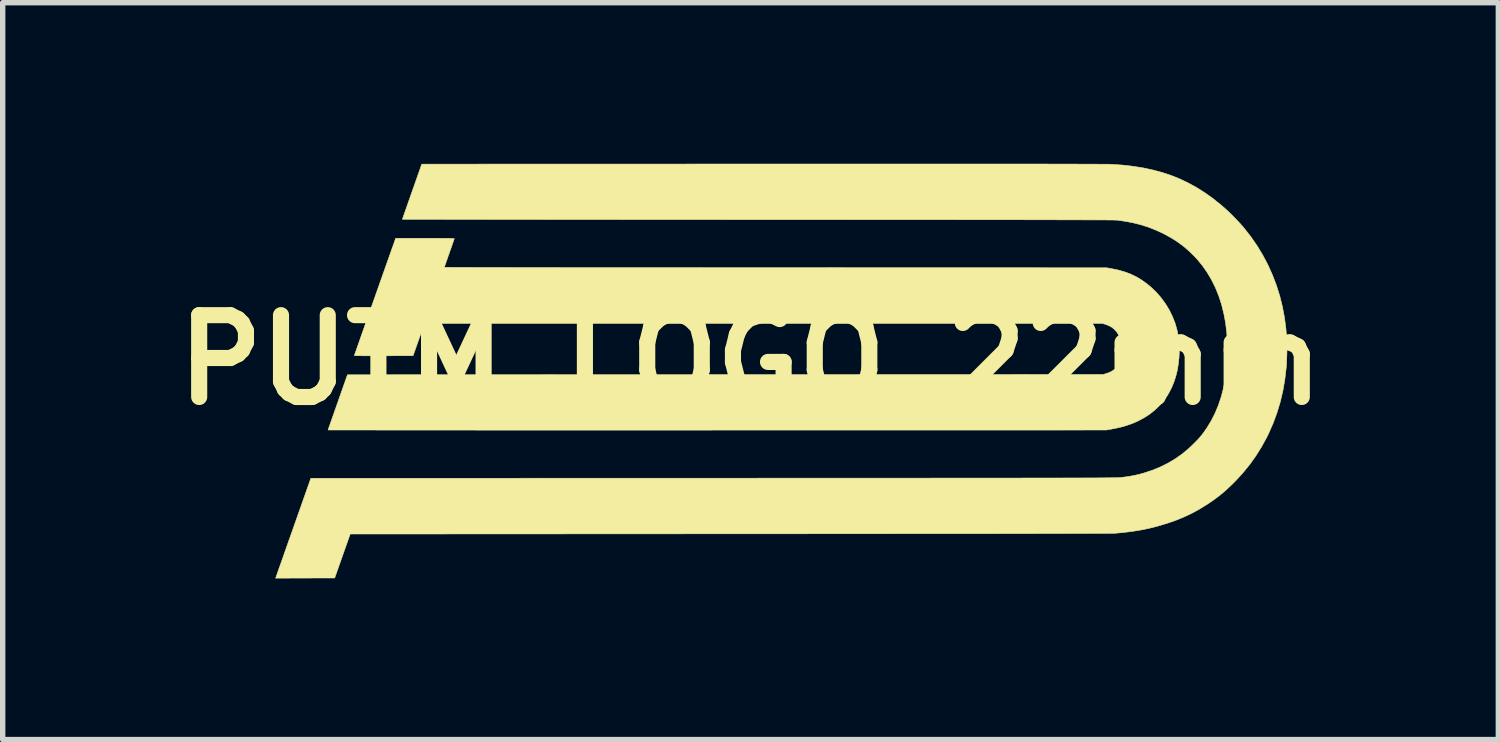
<source format=kicad_pcb>
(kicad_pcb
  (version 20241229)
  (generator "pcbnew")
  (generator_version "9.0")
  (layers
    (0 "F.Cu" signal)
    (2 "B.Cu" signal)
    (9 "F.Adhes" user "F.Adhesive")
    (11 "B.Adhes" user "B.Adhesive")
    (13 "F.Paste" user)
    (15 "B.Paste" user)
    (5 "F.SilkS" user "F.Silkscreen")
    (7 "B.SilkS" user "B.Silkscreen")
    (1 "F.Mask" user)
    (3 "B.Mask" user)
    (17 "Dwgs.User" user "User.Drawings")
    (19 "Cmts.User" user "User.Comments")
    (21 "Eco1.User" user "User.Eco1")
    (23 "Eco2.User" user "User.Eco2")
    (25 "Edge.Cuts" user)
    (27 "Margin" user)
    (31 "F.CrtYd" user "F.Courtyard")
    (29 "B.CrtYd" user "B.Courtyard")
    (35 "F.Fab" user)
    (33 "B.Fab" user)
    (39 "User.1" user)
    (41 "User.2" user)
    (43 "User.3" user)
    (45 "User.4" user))
  (footprint "PUTM_LOGO_22mm"
    (layer "F.Cu")
    (at 10.929 3.655)
    (property "Reference" "PUTM_LOGO_22mm" (at 0 0 0) (layer "F.SilkS") (effects (font (size 1.524 1.524) (thickness 0.3))))
    (attr through_hole)
    (fp_poly (pts (xy -5.961 -2.267) (xy -5.87 -2.267) (xy -5.79 -2.266) (xy -5.722 -2.266) (xy -5.665 -2.266) (xy -5.618 -2.265) (xy -5.581 -2.264) (xy -5.552 -2.263) (xy -5.533 -2.262) (xy -5.522 -2.261) (xy -5.518 -2.26) (xy -5.52 -2.252) (xy -5.526 -2.234) (xy -5.535 -2.207) (xy -5.548 -2.171) (xy -5.562 -2.129) (xy -5.579 -2.08) (xy -5.598 -2.028) (xy -5.61 -1.991) (xy -5.63 -1.937) (xy -5.647 -1.886) (xy -5.664 -1.839) (xy -5.677 -1.799) (xy -5.689 -1.767) (xy -5.697 -1.743) (xy -5.701 -1.729) (xy -5.702 -1.726) (xy -5.696 -1.725) (xy -5.677 -1.725) (xy -5.646 -1.725) (xy -5.604 -1.725) (xy -5.549 -1.725) (xy -5.484 -1.724) (xy -5.407 -1.724) (xy -5.319 -1.724) (xy -5.221 -1.724) (xy -5.113 -1.723) (xy -4.994 -1.723) (xy -4.866 -1.723) (xy -4.729 -1.723) (xy -4.582 -1.723) (xy -4.427 -1.722) (xy -4.263 -1.722) (xy -4.091 -1.722) (xy -3.91 -1.722) (xy -3.722 -1.722) (xy -3.526 -1.721) (xy -3.323 -1.721) (xy -3.113 -1.721) (xy -2.896 -1.721) (xy -2.673 -1.721) (xy -2.444 -1.72) (xy -2.209 -1.72) (xy -1.968 -1.72) (xy -1.722 -1.72) (xy -1.471 -1.72) (xy -1.215 -1.72) (xy -0.954 -1.72) (xy -0.69 -1.719) (xy -0.421 -1.719) (xy -0.149 -1.719) (xy 0.127 -1.719) (xy 0.406 -1.719) (xy 0.465 -1.719) (xy 6.633 -1.717) (xy 6.713 -1.703) (xy 6.843 -1.677) (xy 6.964 -1.643) (xy 7.077 -1.601) (xy 7.184 -1.55) (xy 7.286 -1.489) (xy 7.386 -1.417) (xy 7.468 -1.349) (xy 7.564 -1.256) (xy 7.652 -1.154) (xy 7.732 -1.044) (xy 7.802 -0.928) (xy 7.861 -0.807) (xy 7.91 -0.682) (xy 7.946 -0.556) (xy 7.971 -0.425) (xy 7.985 -0.289) (xy 7.987 -0.151) (xy 7.983 -0.052) (xy 7.969 0.077) (xy 7.949 0.197) (xy 7.921 0.309) (xy 7.886 0.415) (xy 7.844 0.516) (xy 7.842 0.52) (xy 7.802 0.598) (xy 7.762 0.667) (xy 7.719 0.73) (xy 7.672 0.79) (xy 7.618 0.849) (xy 7.611 0.856) (xy 7.526 0.937) (xy 7.438 1.007) (xy 7.342 1.07) (xy 7.237 1.127) (xy 7.236 1.128) (xy 7.155 1.165) (xy 7.074 1.197) (xy 6.991 1.225) (xy 6.902 1.25) (xy 6.805 1.272) (xy 6.706 1.291) (xy 6.626 1.305) (xy -0.621 1.306) (xy -0.924 1.307) (xy -1.224 1.307) (xy -1.521 1.307) (xy -1.814 1.307) (xy -2.103 1.307) (xy -2.389 1.307) (xy -2.67 1.307) (xy -2.946 1.307) (xy -3.218 1.307) (xy -3.484 1.307) (xy -3.745 1.307) (xy -4.001 1.307) (xy -4.25 1.307) (xy -4.494 1.307) (xy -4.731 1.307) (xy -4.962 1.307) (xy -5.186 1.306) (xy -5.402 1.306) (xy -5.612 1.306) (xy -5.813 1.306) (xy -6.007 1.306) (xy -6.193 1.306) (xy -6.371 1.306) (xy -6.539 1.306) (xy -6.699 1.306) (xy -6.85 1.306) (xy -6.992 1.305) (xy -7.123 1.305) (xy -7.245 1.305) (xy -7.357 1.305) (xy -7.459 1.305) (xy -7.55 1.305) (xy -7.63 1.304) (xy -7.699 1.304) (xy -7.756 1.304) (xy -7.802 1.304) (xy -7.836 1.304) (xy -7.858 1.304) (xy -7.867 1.303) (xy -7.868 1.303) (xy -7.866 1.297) (xy -7.86 1.279) (xy -7.85 1.251) (xy -7.837 1.214) (xy -7.821 1.168) (xy -7.802 1.115) (xy -7.781 1.055) (xy -7.758 0.989) (xy -7.733 0.918) (xy -7.707 0.844) (xy -7.687 0.787) (xy -7.507 0.276) (xy 6.569 0.27) (xy 6.617 0.256) (xy 6.687 0.232) (xy 6.747 0.2) (xy 6.797 0.162) (xy 6.838 0.115) (xy 6.87 0.061) (xy 6.893 -0.002) (xy 6.908 -0.073) (xy 6.914 -0.154) (xy 6.913 -0.222) (xy 6.905 -0.309) (xy 6.887 -0.387) (xy 6.861 -0.457) (xy 6.826 -0.517) (xy 6.781 -0.568) (xy 6.728 -0.611) (xy 6.665 -0.644) (xy 6.598 -0.668) (xy 6.544 -0.683) (xy -6.072 -0.683) (xy -6.285 -0.079) (xy -6.832 -0.078) (xy -6.931 -0.078) (xy -7.022 -0.077) (xy -7.103 -0.078) (xy -7.175 -0.078) (xy -7.237 -0.078) (xy -7.288 -0.079) (xy -7.328 -0.079) (xy -7.357 -0.08) (xy -7.374 -0.081) (xy -7.379 -0.082) (xy -7.377 -0.089) (xy -7.371 -0.107) (xy -7.361 -0.135) (xy -7.347 -0.174) (xy -7.33 -0.222) (xy -7.31 -0.28) (xy -7.287 -0.345) (xy -7.261 -0.419) (xy -7.233 -0.499) (xy -7.202 -0.586) (xy -7.17 -0.679) (xy -7.135 -0.777) (xy -7.099 -0.88) (xy -7.061 -0.987) (xy -7.022 -1.098) (xy -7.003 -1.151) (xy -6.964 -1.263) (xy -6.925 -1.372) (xy -6.888 -1.478) (xy -6.852 -1.579) (xy -6.818 -1.676) (xy -6.786 -1.767) (xy -6.756 -1.852) (xy -6.728 -1.93) (xy -6.703 -2.001) (xy -6.681 -2.064) (xy -6.661 -2.119) (xy -6.645 -2.164) (xy -6.633 -2.199) (xy -6.624 -2.224) (xy -6.619 -2.238) (xy -6.619 -2.24) (xy -6.609 -2.267) (xy -6.064 -2.267) (xy -5.961 -2.267)) (stroke (width 0.01) (type solid)) (fill yes) (layer "F.SilkS"))
    (fp_poly (pts (xy 3.161 -3.65) (xy 3.428 -3.65) (xy 3.683 -3.65) (xy 3.928 -3.65) (xy 4.161 -3.65) (xy 4.383 -3.65) (xy 4.594 -3.65) (xy 4.794 -3.65) (xy 4.984 -3.65) (xy 5.163 -3.65) (xy 5.331 -3.65) (xy 5.489 -3.65) (xy 5.637 -3.649) (xy 5.775 -3.649) (xy 5.903 -3.649) (xy 6.02 -3.649) (xy 6.129 -3.648) (xy 6.227 -3.648) (xy 6.316 -3.648) (xy 6.396 -3.648) (xy 6.467 -3.647) (xy 6.528 -3.647) (xy 6.58 -3.647) (xy 6.624 -3.646) (xy 6.659 -3.646) (xy 6.685 -3.646) (xy 6.703 -3.645) (xy 6.709 -3.645) (xy 6.918 -3.631) (xy 7.117 -3.609) (xy 7.308 -3.579) (xy 7.491 -3.54) (xy 7.666 -3.493) (xy 7.836 -3.437) (xy 7.999 -3.371) (xy 8.158 -3.295) (xy 8.312 -3.21) (xy 8.463 -3.115) (xy 8.612 -3.009) (xy 8.758 -2.892) (xy 8.842 -2.819) (xy 8.884 -2.781) (xy 8.931 -2.736) (xy 8.982 -2.686) (xy 9.033 -2.633) (xy 9.083 -2.581) (xy 9.129 -2.531) (xy 9.17 -2.485) (xy 9.188 -2.464) (xy 9.317 -2.3) (xy 9.435 -2.13) (xy 9.542 -1.953) (xy 9.638 -1.771) (xy 9.722 -1.584) (xy 9.796 -1.391) (xy 9.858 -1.194) (xy 9.908 -0.993) (xy 9.947 -0.787) (xy 9.974 -0.578) (xy 9.99 -0.366) (xy 9.993 -0.151) (xy 9.985 0.067) (xy 9.979 0.144) (xy 9.954 0.359) (xy 9.918 0.569) (xy 9.87 0.774) (xy 9.81 0.974) (xy 9.739 1.169) (xy 9.656 1.359) (xy 9.614 1.445) (xy 9.519 1.618) (xy 9.416 1.783) (xy 9.304 1.941) (xy 9.181 2.092) (xy 9.048 2.239) (xy 8.994 2.294) (xy 8.918 2.367) (xy 8.846 2.433) (xy 8.776 2.493) (xy 8.705 2.549) (xy 8.63 2.605) (xy 8.547 2.662) (xy 8.525 2.677) (xy 8.379 2.768) (xy 8.234 2.849) (xy 8.087 2.919) (xy 7.934 2.982) (xy 7.804 3.028) (xy 7.7 3.061) (xy 7.602 3.09) (xy 7.507 3.116) (xy 7.414 3.138) (xy 7.321 3.158) (xy 7.225 3.175) (xy 7.124 3.191) (xy 7.017 3.205) (xy 6.9 3.218) (xy 6.804 3.227) (xy 6.797 3.227) (xy 6.784 3.228) (xy 6.765 3.228) (xy 6.741 3.229) (xy 6.71 3.229) (xy 6.674 3.229) (xy 6.63 3.23) (xy 6.581 3.23) (xy 6.524 3.23) (xy 6.46 3.231) (xy 6.39 3.231) (xy 6.312 3.231) (xy 6.226 3.232) (xy 6.133 3.232) (xy 6.032 3.232) (xy 5.924 3.232) (xy 5.806 3.233) (xy 5.681 3.233) (xy 5.547 3.233) (xy 5.405 3.233) (xy 5.253 3.234) (xy 5.093 3.234) (xy 4.923 3.234) (xy 4.744 3.234) (xy 4.555 3.235) (xy 4.357 3.235) (xy 4.149 3.235) (xy 3.931 3.235) (xy 3.702 3.236) (xy 3.463 3.236) (xy 3.214 3.236) (xy 2.954 3.236) (xy 2.682 3.236) (xy 2.4 3.237) (xy 2.107 3.237) (xy 1.802 3.237) (xy 1.485 3.237) (xy 1.157 3.237) (xy 0.816 3.238) (xy 0.464 3.238) (xy 0.099 3.238) (xy -0.279 3.238) (xy -0.367 3.238) (xy -7.456 3.242) (xy -7.745 4.061) (xy -8.295 4.062) (xy -8.845 4.064) (xy -8.821 3.996) (xy -8.816 3.982) (xy -8.807 3.956) (xy -8.795 3.921) (xy -8.779 3.875) (xy -8.759 3.821) (xy -8.737 3.758) (xy -8.712 3.688) (xy -8.685 3.61) (xy -8.656 3.527) (xy -8.625 3.439) (xy -8.592 3.346) (xy -8.558 3.249) (xy -8.522 3.149) (xy -8.493 3.066) (xy -8.189 2.204) (xy -0.695 2.202) (xy -0.323 2.202) (xy 0.037 2.202) (xy 0.384 2.201) (xy 0.72 2.201) (xy 1.043 2.201) (xy 1.356 2.201) (xy 1.656 2.201) (xy 1.946 2.201) (xy 2.224 2.201) (xy 2.492 2.201) (xy 2.749 2.201) (xy 2.996 2.201) (xy 3.233 2.201) (xy 3.459 2.2) (xy 3.676 2.2) (xy 3.884 2.2) (xy 4.083 2.2) (xy 4.272 2.2) (xy 4.452 2.2) (xy 4.624 2.2) (xy 4.788 2.2) (xy 4.943 2.2) (xy 5.091 2.199) (xy 5.23 2.199) (xy 5.362 2.199) (xy 5.487 2.199) (xy 5.605 2.199) (xy 5.716 2.199) (xy 5.82 2.198) (xy 5.917 2.198) (xy 6.009 2.198) (xy 6.094 2.198) (xy 6.174 2.198) (xy 6.248 2.197) (xy 6.316 2.197) (xy 6.38 2.197) (xy 6.438 2.197) (xy 6.492 2.196) (xy 6.541 2.196) (xy 6.586 2.196) (xy 6.627 2.195) (xy 6.664 2.195) (xy 6.698 2.195) (xy 6.727 2.194) (xy 6.754 2.194) (xy 6.778 2.194) (xy 6.799 2.193) (xy 6.817 2.193) (xy 6.833 2.192) (xy 6.846 2.192) (xy 6.858 2.191) (xy 6.868 2.191) (xy 6.877 2.19) (xy 6.884 2.19) (xy 6.89 2.189) (xy 6.896 2.189) (xy 6.896 2.189) (xy 6.995 2.177) (xy 7.084 2.163) (xy 7.166 2.147) (xy 7.245 2.129) (xy 7.323 2.107) (xy 7.334 2.104) (xy 7.493 2.051) (xy 7.643 1.989) (xy 7.784 1.918) (xy 7.918 1.838) (xy 8.045 1.748) (xy 8.166 1.647) (xy 8.252 1.565) (xy 8.301 1.516) (xy 8.342 1.473) (xy 8.378 1.432) (xy 8.411 1.391) (xy 8.444 1.347) (xy 8.478 1.298) (xy 8.502 1.264) (xy 8.583 1.131) (xy 8.655 0.989) (xy 8.717 0.84) (xy 8.769 0.683) (xy 8.812 0.518) (xy 8.845 0.346) (xy 8.868 0.167) (xy 8.882 -0.02) (xy 8.885 -0.213) (xy 8.883 -0.327) (xy 8.871 -0.513) (xy 8.849 -0.694) (xy 8.816 -0.867) (xy 8.774 -1.035) (xy 8.722 -1.195) (xy 8.66 -1.348) (xy 8.588 -1.493) (xy 8.506 -1.631) (xy 8.415 -1.761) (xy 8.315 -1.882) (xy 8.265 -1.936) (xy 8.162 -2.035) (xy 8.057 -2.125) (xy 7.945 -2.206) (xy 7.826 -2.281) (xy 7.697 -2.351) (xy 7.674 -2.363) (xy 7.543 -2.422) (xy 7.412 -2.474) (xy 7.277 -2.517) (xy 7.138 -2.552) (xy 6.991 -2.581) (xy 6.835 -2.604) (xy 6.829 -2.605) (xy 6.823 -2.605) (xy 6.812 -2.605) (xy 6.795 -2.606) (xy 6.772 -2.606) (xy 6.743 -2.607) (xy 6.708 -2.607) (xy 6.667 -2.607) (xy 6.619 -2.608) (xy 6.565 -2.608) (xy 6.504 -2.608) (xy 6.435 -2.609) (xy 6.36 -2.609) (xy 6.277 -2.609) (xy 6.187 -2.609) (xy 6.089 -2.61) (xy 5.983 -2.61) (xy 5.869 -2.61) (xy 5.747 -2.61) (xy 5.616 -2.611) (xy 5.476 -2.611) (xy 5.328 -2.611) (xy 5.17 -2.611) (xy 5.004 -2.612) (xy 4.828 -2.612) (xy 4.642 -2.612) (xy 4.447 -2.612) (xy 4.242 -2.612) (xy 4.027 -2.612) (xy 3.801 -2.613) (xy 3.565 -2.613) (xy 3.318 -2.613) (xy 3.061 -2.613) (xy 2.792 -2.613) (xy 2.512 -2.613) (xy 2.221 -2.613) (xy 1.919 -2.614) (xy 1.604 -2.614) (xy 1.278 -2.614) (xy 0.939 -2.614) (xy 0.588 -2.614) (xy 0.225 -2.614) (xy 0.141 -2.614) (xy -0.149 -2.614) (xy -0.435 -2.614) (xy -0.719 -2.615) (xy -0.998 -2.615) (xy -1.274 -2.615) (xy -1.546 -2.615) (xy -1.813 -2.615) (xy -2.076 -2.615) (xy -2.334 -2.615) (xy -2.586 -2.616) (xy -2.833 -2.616) (xy -3.075 -2.616) (xy -3.31 -2.616) (xy -3.539 -2.616) (xy -3.762 -2.616) (xy -3.978 -2.617) (xy -4.187 -2.617) (xy -4.388 -2.617) (xy -4.582 -2.617) (xy -4.769 -2.617) (xy -4.947 -2.618) (xy -5.116 -2.618) (xy -5.278 -2.618) (xy -5.43 -2.618) (xy -5.573 -2.618) (xy -5.707 -2.619) (xy -5.831 -2.619) (xy -5.945 -2.619) (xy -6.049 -2.619) (xy -6.142 -2.619) (xy -6.225 -2.62) (xy -6.297 -2.62) (xy -6.357 -2.62) (xy -6.406 -2.62) (xy -6.443 -2.621) (xy -6.469 -2.621) (xy -6.482 -2.621) (xy -6.483 -2.621) (xy -6.481 -2.628) (xy -6.475 -2.645) (xy -6.466 -2.673) (xy -6.453 -2.71) (xy -6.437 -2.756) (xy -6.418 -2.809) (xy -6.397 -2.869) (xy -6.374 -2.935) (xy -6.349 -3.006) (xy -6.323 -3.081) (xy -6.303 -3.137) (xy -6.123 -3.648) (xy 0.22 -3.65) (xy 0.596 -3.65) (xy 0.959 -3.65) (xy 1.31 -3.65) (xy 1.649 -3.65) (xy 1.975 -3.65) (xy 2.289 -3.65) (xy 2.591 -3.65) (xy 2.882 -3.65) (xy 3.161 -3.65)) (stroke (width 0.01) (type solid)) (fill yes) (layer "F.SilkS")))
  (gr_rect
    (start -3 -3)
    (end 24.859 10.725)
    (stroke (width 0.1) (type default))
    (fill no)
    (layer "Edge.Cuts")))
</source>
